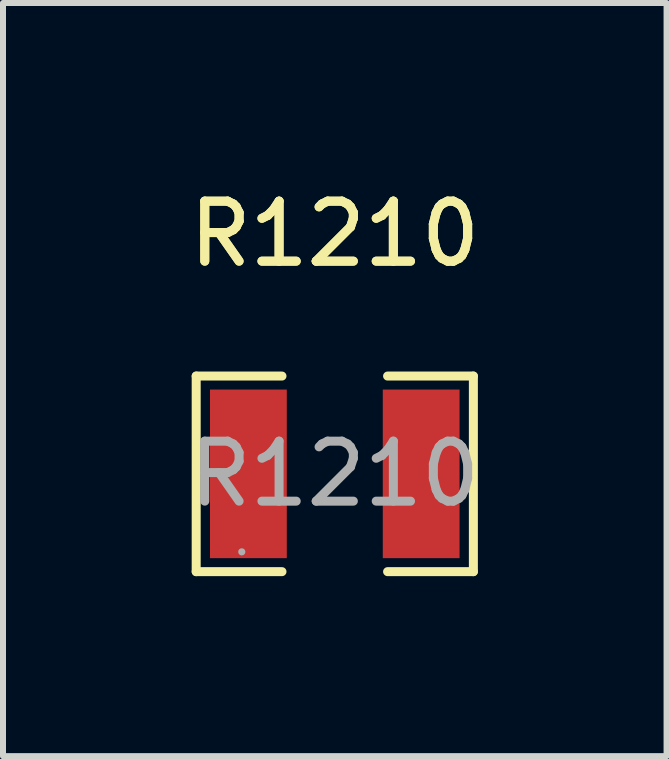
<source format=kicad_pcb>
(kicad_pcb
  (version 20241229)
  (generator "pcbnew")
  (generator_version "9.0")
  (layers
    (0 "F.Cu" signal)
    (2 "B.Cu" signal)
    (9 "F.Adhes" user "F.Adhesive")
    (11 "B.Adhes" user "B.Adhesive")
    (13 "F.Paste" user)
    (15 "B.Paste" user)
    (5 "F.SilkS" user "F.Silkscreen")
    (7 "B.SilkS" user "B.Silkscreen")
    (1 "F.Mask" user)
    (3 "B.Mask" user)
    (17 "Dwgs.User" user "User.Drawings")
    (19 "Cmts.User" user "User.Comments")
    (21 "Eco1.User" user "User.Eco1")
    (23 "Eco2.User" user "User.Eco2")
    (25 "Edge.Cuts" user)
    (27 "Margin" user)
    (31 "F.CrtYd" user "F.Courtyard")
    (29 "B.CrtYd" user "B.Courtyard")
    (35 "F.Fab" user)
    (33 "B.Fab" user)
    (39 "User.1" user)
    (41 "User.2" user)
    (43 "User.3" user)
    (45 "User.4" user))
  (footprint "R1210"
    (layer "F.Cu")
    (at 2.53 4.848)
    (property "Reference" "R1210" (at 0 -4 0) (layer "F.SilkS") (effects (font (size 1 1) (thickness 0.15))))
    (attr smd)
    (fp_line (start -2.31 -1.63) (end -0.88 -1.63) (stroke (width 0.15) (type solid)) (layer "F.SilkS"))
    (fp_line (start -2.31 1.63) (end -2.31 -1.63) (stroke (width 0.15) (type solid)) (layer "F.SilkS"))
    (fp_line (start -0.88 1.63) (end -2.31 1.63) (stroke (width 0.15) (type solid)) (layer "F.SilkS"))
    (fp_line (start 0.88 1.63) (end 2.31 1.63) (stroke (width 0.15) (type solid)) (layer "F.SilkS"))
    (fp_line (start 2.31 -1.63) (end 0.88 -1.63) (stroke (width 0.15) (type solid)) (layer "F.SilkS"))
    (fp_line (start 2.31 1.63) (end 2.31 -1.63) (stroke (width 0.15) (type solid)) (layer "F.SilkS"))
    (fp_circle (center -1.55 1.3) (end -1.52 1.3) (stroke (width 0.06) (type solid)) (fill no) (layer "F.Fab"))
    (fp_text user "${REFERENCE}" (at 0 -4 0) (layer "F.SilkS") (effects (font (size 1 1) (thickness 0.15))))
    (fp_text user "${REFERENCE}" (at 0 0 0) (layer "F.Fab") (effects (font (size 1 1) (thickness 0.15))))
    (pad "1" smd rect (at -1.44 0) (size 1.28 2.81) (layers "F.Cu" "F.Mask" "F.Paste"))
    (pad "2" smd rect (at 1.44 0) (size 1.28 2.81) (layers "F.Cu" "F.Mask" "F.Paste")))
  (gr_rect
    (start -3 -3)
    (end 8.06 9.553)
    (stroke (width 0.1) (type default))
    (fill no)
    (layer "Edge.Cuts")))
</source>
